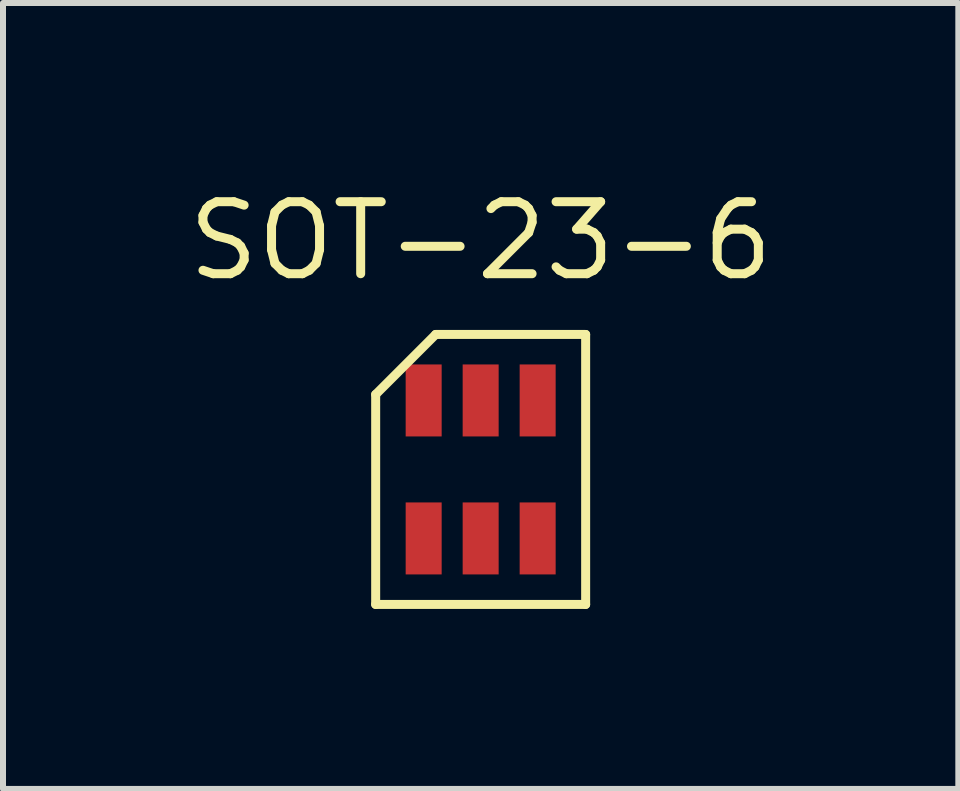
<source format=kicad_pcb>
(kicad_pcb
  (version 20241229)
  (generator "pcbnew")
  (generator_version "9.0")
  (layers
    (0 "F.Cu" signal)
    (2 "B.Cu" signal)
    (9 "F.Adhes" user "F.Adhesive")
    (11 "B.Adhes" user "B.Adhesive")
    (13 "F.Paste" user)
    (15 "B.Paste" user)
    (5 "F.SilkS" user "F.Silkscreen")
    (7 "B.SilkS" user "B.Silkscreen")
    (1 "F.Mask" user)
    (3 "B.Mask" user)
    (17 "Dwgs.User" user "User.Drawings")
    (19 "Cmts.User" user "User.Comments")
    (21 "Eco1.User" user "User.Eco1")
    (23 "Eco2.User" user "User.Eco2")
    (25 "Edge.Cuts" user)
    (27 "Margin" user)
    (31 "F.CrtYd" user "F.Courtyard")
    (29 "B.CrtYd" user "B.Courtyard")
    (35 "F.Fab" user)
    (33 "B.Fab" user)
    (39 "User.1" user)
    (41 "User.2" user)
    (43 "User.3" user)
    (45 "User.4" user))
  (footprint "SOT-23-6"
    (layer "F.Cu")
    (at 4.962 4.775)
    (property "Reference" "SOT-23-6" (at 0 -3.81 180) (layer "F.SilkS") (effects (font (size 1.2 1.2) (thickness 0.15))))
    (attr through_hole)
    (fp_line (start -1.75 -1.25) (end -1.75 2.25) (stroke (width 0.15) (type solid)) (layer "F.SilkS"))
    (fp_line (start -1.75 2.25) (end 1.75 2.25) (stroke (width 0.15) (type solid)) (layer "F.SilkS"))
    (fp_line (start -0.75 -2.25) (end -1.75 -1.25) (stroke (width 0.15) (type solid)) (layer "F.SilkS"))
    (fp_line (start 1.75 -2.25) (end -0.75 -2.25) (stroke (width 0.15) (type solid)) (layer "F.SilkS"))
    (fp_line (start 1.75 2.25) (end 1.75 -2.25) (stroke (width 0.15) (type solid)) (layer "F.SilkS"))
    (pad "1" smd rect (at -0.95 1.15) (size 0.6 1.2) (layers "F.Cu" "F.Mask" "F.Paste"))
    (pad "2" smd rect (at 0 1.15) (size 0.6 1.2) (layers "F.Cu" "F.Mask" "F.Paste"))
    (pad "3" smd rect (at 0.95 1.15) (size 0.6 1.2) (layers "F.Cu" "F.Mask" "F.Paste"))
    (pad "4" smd rect (at 0.95 -1.15) (size 0.6 1.2) (layers "F.Cu" "F.Mask" "F.Paste"))
    (pad "5" smd rect (at 0 -1.15) (size 0.6 1.2) (layers "F.Cu" "F.Mask" "F.Paste"))
    (pad "6" smd rect (at -0.95 -1.15) (size 0.6 1.2) (layers "F.Cu" "F.Mask" "F.Paste")))
  (gr_rect
    (start -3 -3)
    (end 12.924 10.1)
    (stroke (width 0.1) (type default))
    (fill no)
    (layer "Edge.Cuts")))
</source>
